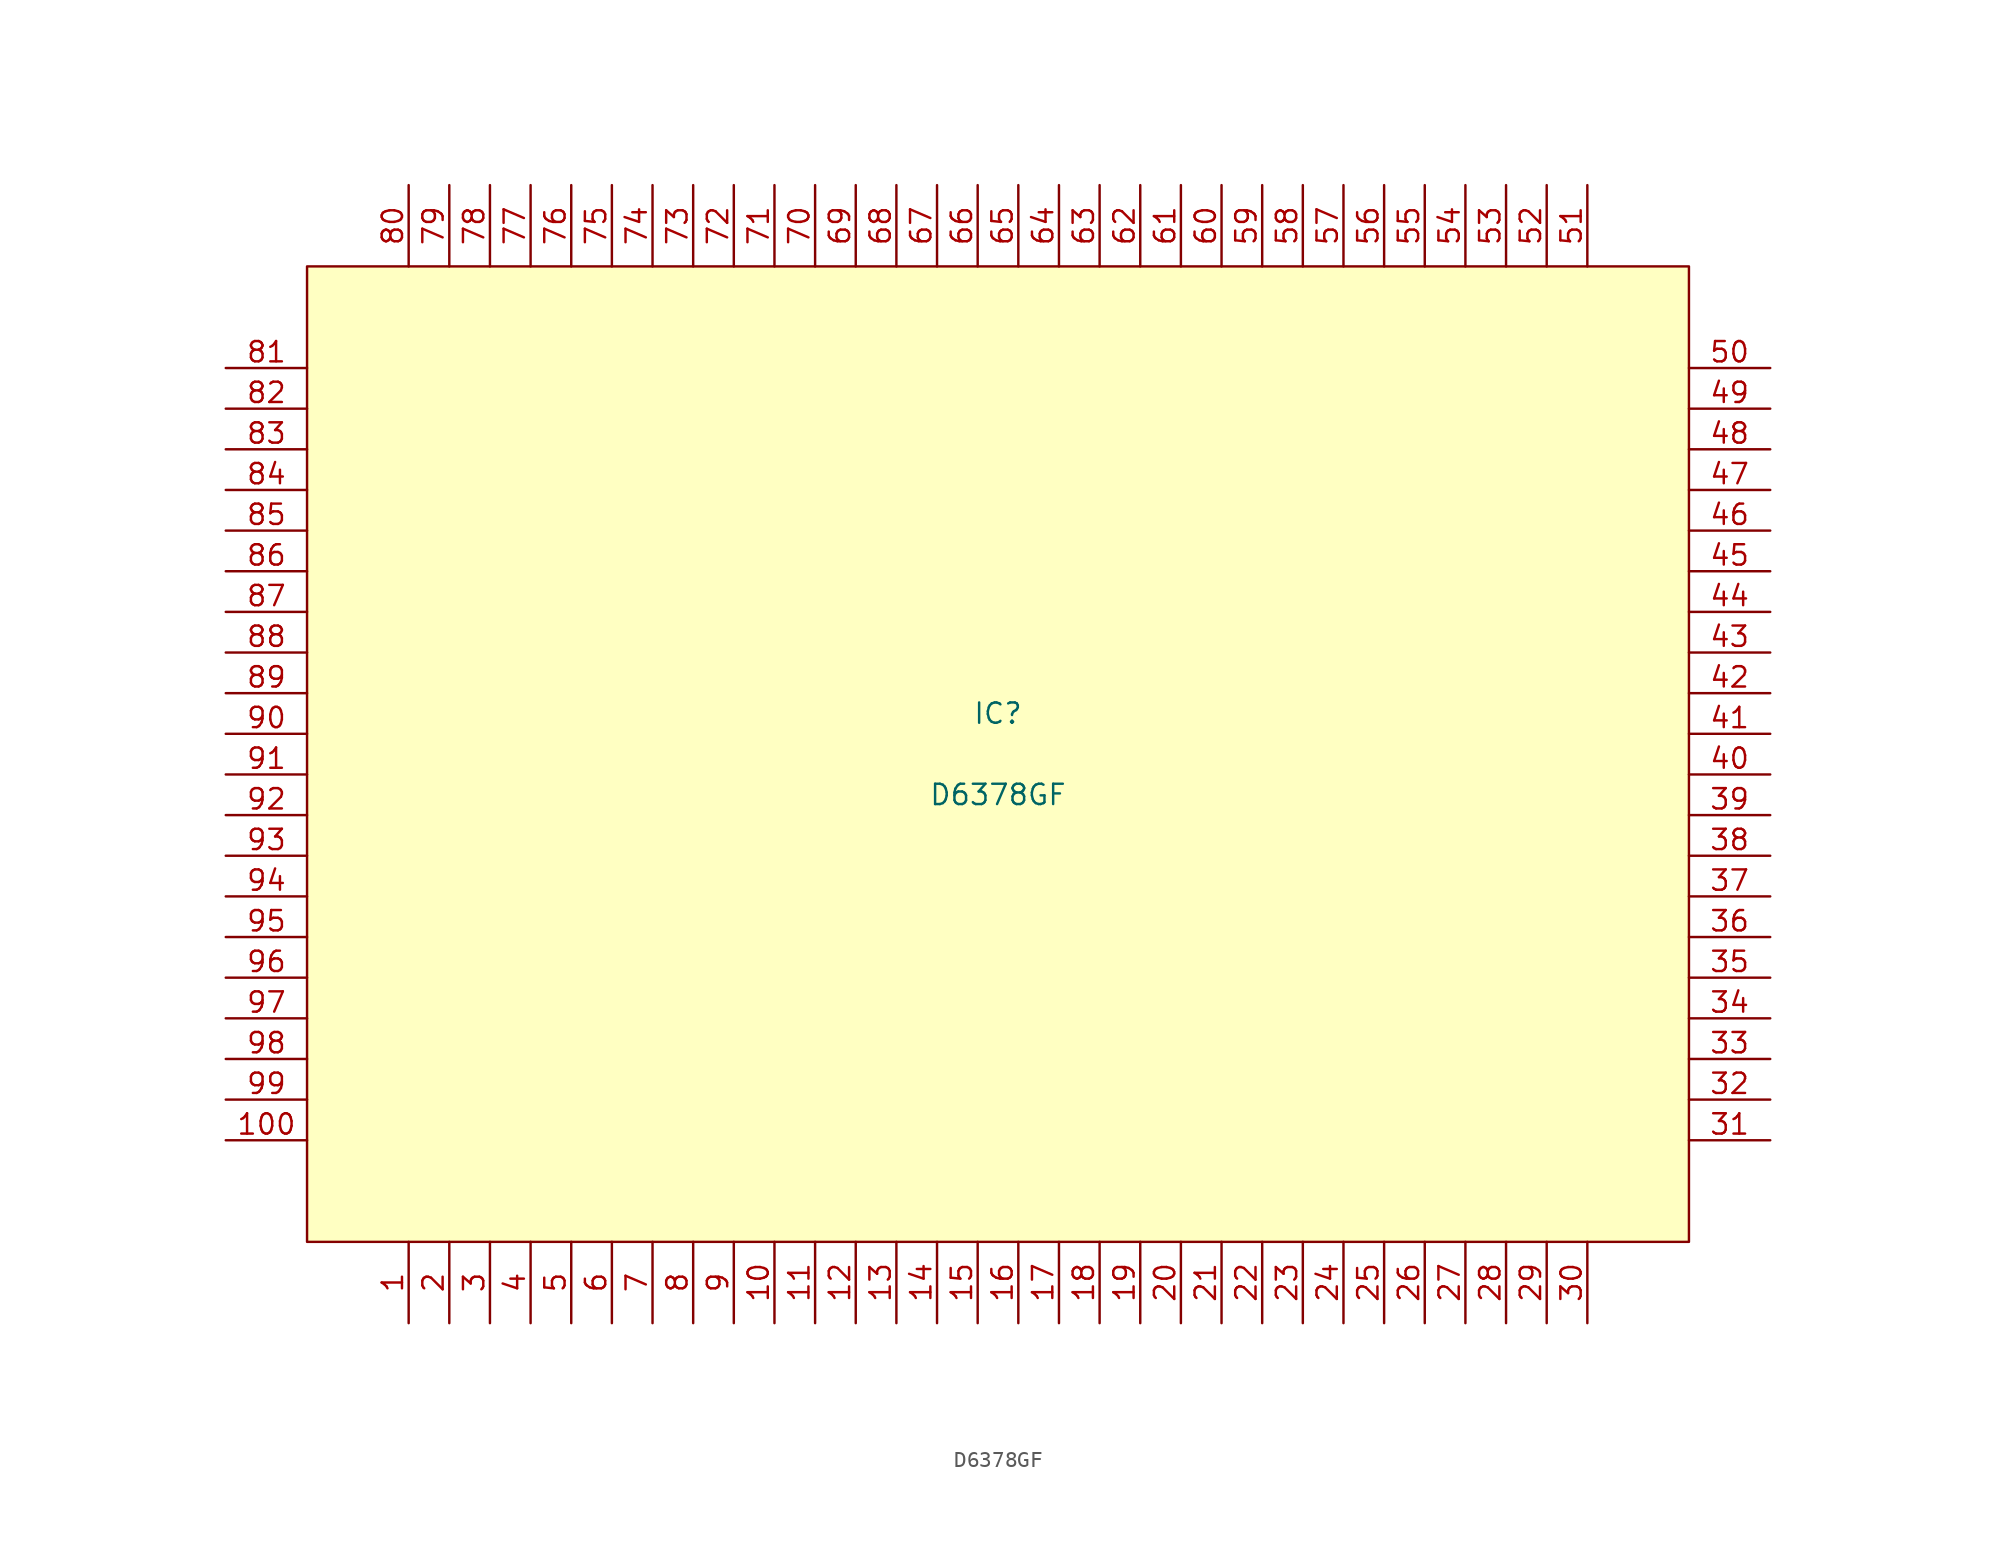
<source format=kicad_sym>
(kicad_symbol_lib
  (version 20220914)
  (generator kicad_symbol_editor)
  (symbol "D6378GF"
    (property "Reference" "IC"
      (at 0 2.54 0)
      (effects (font (size 1.27 1.27))))
    (property "Value" "D6378GF"
      (at 0 -2.54 0)
      (effects (font (size 1.27 1.27))))
    (symbol "D6378GF_1_1"
      (rectangle (start -43.18 30.48) (end 43.18 -30.48) (stroke (width 0) (type default)) (fill (type background)))
      (pin passive line (at -36.83 -35.56 90) (length 5.08) (name "" (effects (font (size 1.27 1.27)))) (number "1" (effects (font (size 1.27 1.27)))))
      (pin passive line (at -13.97 -35.56 90) (length 5.08) (name "" (effects (font (size 1.27 1.27)))) (number "10" (effects (font (size 1.27 1.27)))))
      (pin passive line (at -48.26 -24.13 0) (length 5.08) (name "" (effects (font (size 1.27 1.27)))) (number "100" (effects (font (size 1.27 1.27)))))
      (pin passive line (at -11.43 -35.56 90) (length 5.08) (name "" (effects (font (size 1.27 1.27)))) (number "11" (effects (font (size 1.27 1.27)))))
      (pin passive line (at -8.89 -35.56 90) (length 5.08) (name "" (effects (font (size 1.27 1.27)))) (number "12" (effects (font (size 1.27 1.27)))))
      (pin passive line (at -6.35 -35.56 90) (length 5.08) (name "" (effects (font (size 1.27 1.27)))) (number "13" (effects (font (size 1.27 1.27)))))
      (pin passive line (at -3.81 -35.56 90) (length 5.08) (name "" (effects (font (size 1.27 1.27)))) (number "14" (effects (font (size 1.27 1.27)))))
      (pin passive line (at -1.27 -35.56 90) (length 5.08) (name "" (effects (font (size 1.27 1.27)))) (number "15" (effects (font (size 1.27 1.27)))))
      (pin passive line (at 1.27 -35.56 90) (length 5.08) (name "" (effects (font (size 1.27 1.27)))) (number "16" (effects (font (size 1.27 1.27)))))
      (pin passive line (at 3.81 -35.56 90) (length 5.08) (name "" (effects (font (size 1.27 1.27)))) (number "17" (effects (font (size 1.27 1.27)))))
      (pin passive line (at 6.35 -35.56 90) (length 5.08) (name "" (effects (font (size 1.27 1.27)))) (number "18" (effects (font (size 1.27 1.27)))))
      (pin passive line (at 8.89 -35.56 90) (length 5.08) (name "" (effects (font (size 1.27 1.27)))) (number "19" (effects (font (size 1.27 1.27)))))
      (pin passive line (at -34.29 -35.56 90) (length 5.08) (name "" (effects (font (size 1.27 1.27)))) (number "2" (effects (font (size 1.27 1.27)))))
      (pin passive line (at 11.43 -35.56 90) (length 5.08) (name "" (effects (font (size 1.27 1.27)))) (number "20" (effects (font (size 1.27 1.27)))))
      (pin passive line (at 13.97 -35.56 90) (length 5.08) (name "" (effects (font (size 1.27 1.27)))) (number "21" (effects (font (size 1.27 1.27)))))
      (pin passive line (at 16.51 -35.56 90) (length 5.08) (name "" (effects (font (size 1.27 1.27)))) (number "22" (effects (font (size 1.27 1.27)))))
      (pin passive line (at 19.05 -35.56 90) (length 5.08) (name "" (effects (font (size 1.27 1.27)))) (number "23" (effects (font (size 1.27 1.27)))))
      (pin passive line (at 21.59 -35.56 90) (length 5.08) (name "" (effects (font (size 1.27 1.27)))) (number "24" (effects (font (size 1.27 1.27)))))
      (pin passive line (at 24.13 -35.56 90) (length 5.08) (name "" (effects (font (size 1.27 1.27)))) (number "25" (effects (font (size 1.27 1.27)))))
      (pin passive line (at 26.67 -35.56 90) (length 5.08) (name "" (effects (font (size 1.27 1.27)))) (number "26" (effects (font (size 1.27 1.27)))))
      (pin passive line (at 29.21 -35.56 90) (length 5.08) (name "" (effects (font (size 1.27 1.27)))) (number "27" (effects (font (size 1.27 1.27)))))
      (pin passive line (at 31.75 -35.56 90) (length 5.08) (name "" (effects (font (size 1.27 1.27)))) (number "28" (effects (font (size 1.27 1.27)))))
      (pin passive line (at 34.29 -35.56 90) (length 5.08) (name "" (effects (font (size 1.27 1.27)))) (number "29" (effects (font (size 1.27 1.27)))))
      (pin passive line (at -31.75 -35.56 90) (length 5.08) (name "" (effects (font (size 1.27 1.27)))) (number "3" (effects (font (size 1.27 1.27)))))
      (pin passive line (at 36.83 -35.56 90) (length 5.08) (name "" (effects (font (size 1.27 1.27)))) (number "30" (effects (font (size 1.27 1.27)))))
      (pin passive line (at 48.26 -24.13 180) (length 5.08) (name "" (effects (font (size 1.27 1.27)))) (number "31" (effects (font (size 1.27 1.27)))))
      (pin passive line (at 48.26 -21.59 180) (length 5.08) (name "" (effects (font (size 1.27 1.27)))) (number "32" (effects (font (size 1.27 1.27)))))
      (pin passive line (at 48.26 -19.05 180) (length 5.08) (name "" (effects (font (size 1.27 1.27)))) (number "33" (effects (font (size 1.27 1.27)))))
      (pin passive line (at 48.26 -16.51 180) (length 5.08) (name "" (effects (font (size 1.27 1.27)))) (number "34" (effects (font (size 1.27 1.27)))))
      (pin passive line (at 48.26 -13.97 180) (length 5.08) (name "" (effects (font (size 1.27 1.27)))) (number "35" (effects (font (size 1.27 1.27)))))
      (pin passive line (at 48.26 -11.43 180) (length 5.08) (name "" (effects (font (size 1.27 1.27)))) (number "36" (effects (font (size 1.27 1.27)))))
      (pin passive line (at 48.26 -8.89 180) (length 5.08) (name "" (effects (font (size 1.27 1.27)))) (number "37" (effects (font (size 1.27 1.27)))))
      (pin passive line (at 48.26 -6.35 180) (length 5.08) (name "" (effects (font (size 1.27 1.27)))) (number "38" (effects (font (size 1.27 1.27)))))
      (pin passive line (at 48.26 -3.81 180) (length 5.08) (name "" (effects (font (size 1.27 1.27)))) (number "39" (effects (font (size 1.27 1.27)))))
      (pin passive line (at -29.21 -35.56 90) (length 5.08) (name "" (effects (font (size 1.27 1.27)))) (number "4" (effects (font (size 1.27 1.27)))))
      (pin passive line (at 48.26 -1.27 180) (length 5.08) (name "" (effects (font (size 1.27 1.27)))) (number "40" (effects (font (size 1.27 1.27)))))
      (pin passive line (at 48.26 1.27 180) (length 5.08) (name "" (effects (font (size 1.27 1.27)))) (number "41" (effects (font (size 1.27 1.27)))))
      (pin passive line (at 48.26 3.81 180) (length 5.08) (name "" (effects (font (size 1.27 1.27)))) (number "42" (effects (font (size 1.27 1.27)))))
      (pin passive line (at 48.26 6.35 180) (length 5.08) (name "" (effects (font (size 1.27 1.27)))) (number "43" (effects (font (size 1.27 1.27)))))
      (pin passive line (at 48.26 8.89 180) (length 5.08) (name "" (effects (font (size 1.27 1.27)))) (number "44" (effects (font (size 1.27 1.27)))))
      (pin passive line (at 48.26 11.43 180) (length 5.08) (name "" (effects (font (size 1.27 1.27)))) (number "45" (effects (font (size 1.27 1.27)))))
      (pin passive line (at 48.26 13.97 180) (length 5.08) (name "" (effects (font (size 1.27 1.27)))) (number "46" (effects (font (size 1.27 1.27)))))
      (pin passive line (at 48.26 16.51 180) (length 5.08) (name "" (effects (font (size 1.27 1.27)))) (number "47" (effects (font (size 1.27 1.27)))))
      (pin passive line (at 48.26 19.05 180) (length 5.08) (name "" (effects (font (size 1.27 1.27)))) (number "48" (effects (font (size 1.27 1.27)))))
      (pin passive line (at 48.26 21.59 180) (length 5.08) (name "" (effects (font (size 1.27 1.27)))) (number "49" (effects (font (size 1.27 1.27)))))
      (pin passive line (at -26.67 -35.56 90) (length 5.08) (name "" (effects (font (size 1.27 1.27)))) (number "5" (effects (font (size 1.27 1.27)))))
      (pin passive line (at 48.26 24.13 180) (length 5.08) (name "" (effects (font (size 1.27 1.27)))) (number "50" (effects (font (size 1.27 1.27)))))
      (pin passive line (at 36.83 35.56 270) (length 5.08) (name "" (effects (font (size 1.27 1.27)))) (number "51" (effects (font (size 1.27 1.27)))))
      (pin passive line (at 34.29 35.56 270) (length 5.08) (name "" (effects (font (size 1.27 1.27)))) (number "52" (effects (font (size 1.27 1.27)))))
      (pin passive line (at 31.75 35.56 270) (length 5.08) (name "" (effects (font (size 1.27 1.27)))) (number "53" (effects (font (size 1.27 1.27)))))
      (pin passive line (at 29.21 35.56 270) (length 5.08) (name "" (effects (font (size 1.27 1.27)))) (number "54" (effects (font (size 1.27 1.27)))))
      (pin passive line (at 26.67 35.56 270) (length 5.08) (name "" (effects (font (size 1.27 1.27)))) (number "55" (effects (font (size 1.27 1.27)))))
      (pin passive line (at 24.13 35.56 270) (length 5.08) (name "" (effects (font (size 1.27 1.27)))) (number "56" (effects (font (size 1.27 1.27)))))
      (pin passive line (at 21.59 35.56 270) (length 5.08) (name "" (effects (font (size 1.27 1.27)))) (number "57" (effects (font (size 1.27 1.27)))))
      (pin passive line (at 19.05 35.56 270) (length 5.08) (name "" (effects (font (size 1.27 1.27)))) (number "58" (effects (font (size 1.27 1.27)))))
      (pin passive line (at 16.51 35.56 270) (length 5.08) (name "" (effects (font (size 1.27 1.27)))) (number "59" (effects (font (size 1.27 1.27)))))
      (pin passive line (at -24.13 -35.56 90) (length 5.08) (name "" (effects (font (size 1.27 1.27)))) (number "6" (effects (font (size 1.27 1.27)))))
      (pin passive line (at 13.97 35.56 270) (length 5.08) (name "" (effects (font (size 1.27 1.27)))) (number "60" (effects (font (size 1.27 1.27)))))
      (pin passive line (at 11.43 35.56 270) (length 5.08) (name "" (effects (font (size 1.27 1.27)))) (number "61" (effects (font (size 1.27 1.27)))))
      (pin passive line (at 8.89 35.56 270) (length 5.08) (name "" (effects (font (size 1.27 1.27)))) (number "62" (effects (font (size 1.27 1.27)))))
      (pin passive line (at 6.35 35.56 270) (length 5.08) (name "" (effects (font (size 1.27 1.27)))) (number "63" (effects (font (size 1.27 1.27)))))
      (pin passive line (at 3.81 35.56 270) (length 5.08) (name "" (effects (font (size 1.27 1.27)))) (number "64" (effects (font (size 1.27 1.27)))))
      (pin passive line (at 1.27 35.56 270) (length 5.08) (name "" (effects (font (size 1.27 1.27)))) (number "65" (effects (font (size 1.27 1.27)))))
      (pin passive line (at -1.27 35.56 270) (length 5.08) (name "" (effects (font (size 1.27 1.27)))) (number "66" (effects (font (size 1.27 1.27)))))
      (pin passive line (at -3.81 35.56 270) (length 5.08) (name "" (effects (font (size 1.27 1.27)))) (number "67" (effects (font (size 1.27 1.27)))))
      (pin passive line (at -6.35 35.56 270) (length 5.08) (name "" (effects (font (size 1.27 1.27)))) (number "68" (effects (font (size 1.27 1.27)))))
      (pin passive line (at -8.89 35.56 270) (length 5.08) (name "" (effects (font (size 1.27 1.27)))) (number "69" (effects (font (size 1.27 1.27)))))
      (pin passive line (at -21.59 -35.56 90) (length 5.08) (name "" (effects (font (size 1.27 1.27)))) (number "7" (effects (font (size 1.27 1.27)))))
      (pin passive line (at -11.43 35.56 270) (length 5.08) (name "" (effects (font (size 1.27 1.27)))) (number "70" (effects (font (size 1.27 1.27)))))
      (pin passive line (at -13.97 35.56 270) (length 5.08) (name "" (effects (font (size 1.27 1.27)))) (number "71" (effects (font (size 1.27 1.27)))))
      (pin passive line (at -16.51 35.56 270) (length 5.08) (name "" (effects (font (size 1.27 1.27)))) (number "72" (effects (font (size 1.27 1.27)))))
      (pin passive line (at -19.05 35.56 270) (length 5.08) (name "" (effects (font (size 1.27 1.27)))) (number "73" (effects (font (size 1.27 1.27)))))
      (pin passive line (at -21.59 35.56 270) (length 5.08) (name "" (effects (font (size 1.27 1.27)))) (number "74" (effects (font (size 1.27 1.27)))))
      (pin passive line (at -24.13 35.56 270) (length 5.08) (name "" (effects (font (size 1.27 1.27)))) (number "75" (effects (font (size 1.27 1.27)))))
      (pin passive line (at -26.67 35.56 270) (length 5.08) (name "" (effects (font (size 1.27 1.27)))) (number "76" (effects (font (size 1.27 1.27)))))
      (pin passive line (at -29.21 35.56 270) (length 5.08) (name "" (effects (font (size 1.27 1.27)))) (number "77" (effects (font (size 1.27 1.27)))))
      (pin passive line (at -31.75 35.56 270) (length 5.08) (name "" (effects (font (size 1.27 1.27)))) (number "78" (effects (font (size 1.27 1.27)))))
      (pin passive line (at -34.29 35.56 270) (length 5.08) (name "" (effects (font (size 1.27 1.27)))) (number "79" (effects (font (size 1.27 1.27)))))
      (pin passive line (at -19.05 -35.56 90) (length 5.08) (name "" (effects (font (size 1.27 1.27)))) (number "8" (effects (font (size 1.27 1.27)))))
      (pin passive line (at -36.83 35.56 270) (length 5.08) (name "" (effects (font (size 1.27 1.27)))) (number "80" (effects (font (size 1.27 1.27)))))
      (pin passive line (at -48.26 24.13 0) (length 5.08) (name "" (effects (font (size 1.27 1.27)))) (number "81" (effects (font (size 1.27 1.27)))))
      (pin passive line (at -48.26 21.59 0) (length 5.08) (name "" (effects (font (size 1.27 1.27)))) (number "82" (effects (font (size 1.27 1.27)))))
      (pin passive line (at -48.26 19.05 0) (length 5.08) (name "" (effects (font (size 1.27 1.27)))) (number "83" (effects (font (size 1.27 1.27)))))
      (pin passive line (at -48.26 16.51 0) (length 5.08) (name "" (effects (font (size 1.27 1.27)))) (number "84" (effects (font (size 1.27 1.27)))))
      (pin passive line (at -48.26 13.97 0) (length 5.08) (name "" (effects (font (size 1.27 1.27)))) (number "85" (effects (font (size 1.27 1.27)))))
      (pin passive line (at -48.26 11.43 0) (length 5.08) (name "" (effects (font (size 1.27 1.27)))) (number "86" (effects (font (size 1.27 1.27)))))
      (pin passive line (at -48.26 8.89 0) (length 5.08) (name "" (effects (font (size 1.27 1.27)))) (number "87" (effects (font (size 1.27 1.27)))))
      (pin passive line (at -48.26 6.35 0) (length 5.08) (name "" (effects (font (size 1.27 1.27)))) (number "88" (effects (font (size 1.27 1.27)))))
      (pin passive line (at -48.26 3.81 0) (length 5.08) (name "" (effects (font (size 1.27 1.27)))) (number "89" (effects (font (size 1.27 1.27)))))
      (pin passive line (at -16.51 -35.56 90) (length 5.08) (name "" (effects (font (size 1.27 1.27)))) (number "9" (effects (font (size 1.27 1.27)))))
      (pin passive line (at -48.26 1.27 0) (length 5.08) (name "" (effects (font (size 1.27 1.27)))) (number "90" (effects (font (size 1.27 1.27)))))
      (pin passive line (at -48.26 -1.27 0) (length 5.08) (name "" (effects (font (size 1.27 1.27)))) (number "91" (effects (font (size 1.27 1.27)))))
      (pin passive line (at -48.26 -3.81 0) (length 5.08) (name "" (effects (font (size 1.27 1.27)))) (number "92" (effects (font (size 1.27 1.27)))))
      (pin passive line (at -48.26 -6.35 0) (length 5.08) (name "" (effects (font (size 1.27 1.27)))) (number "93" (effects (font (size 1.27 1.27)))))
      (pin passive line (at -48.26 -8.89 0) (length 5.08) (name "" (effects (font (size 1.27 1.27)))) (number "94" (effects (font (size 1.27 1.27)))))
      (pin passive line (at -48.26 -11.43 0) (length 5.08) (name "" (effects (font (size 1.27 1.27)))) (number "95" (effects (font (size 1.27 1.27)))))
      (pin passive line (at -48.26 -13.97 0) (length 5.08) (name "" (effects (font (size 1.27 1.27)))) (number "96" (effects (font (size 1.27 1.27)))))
      (pin passive line (at -48.26 -16.51 0) (length 5.08) (name "" (effects (font (size 1.27 1.27)))) (number "97" (effects (font (size 1.27 1.27)))))
      (pin passive line (at -48.26 -19.05 0) (length 5.08) (name "" (effects (font (size 1.27 1.27)))) (number "98" (effects (font (size 1.27 1.27)))))
      (pin passive line (at -48.26 -21.59 0) (length 5.08) (name "" (effects (font (size 1.27 1.27)))) (number "99" (effects (font (size 1.27 1.27))))))))
</source>
